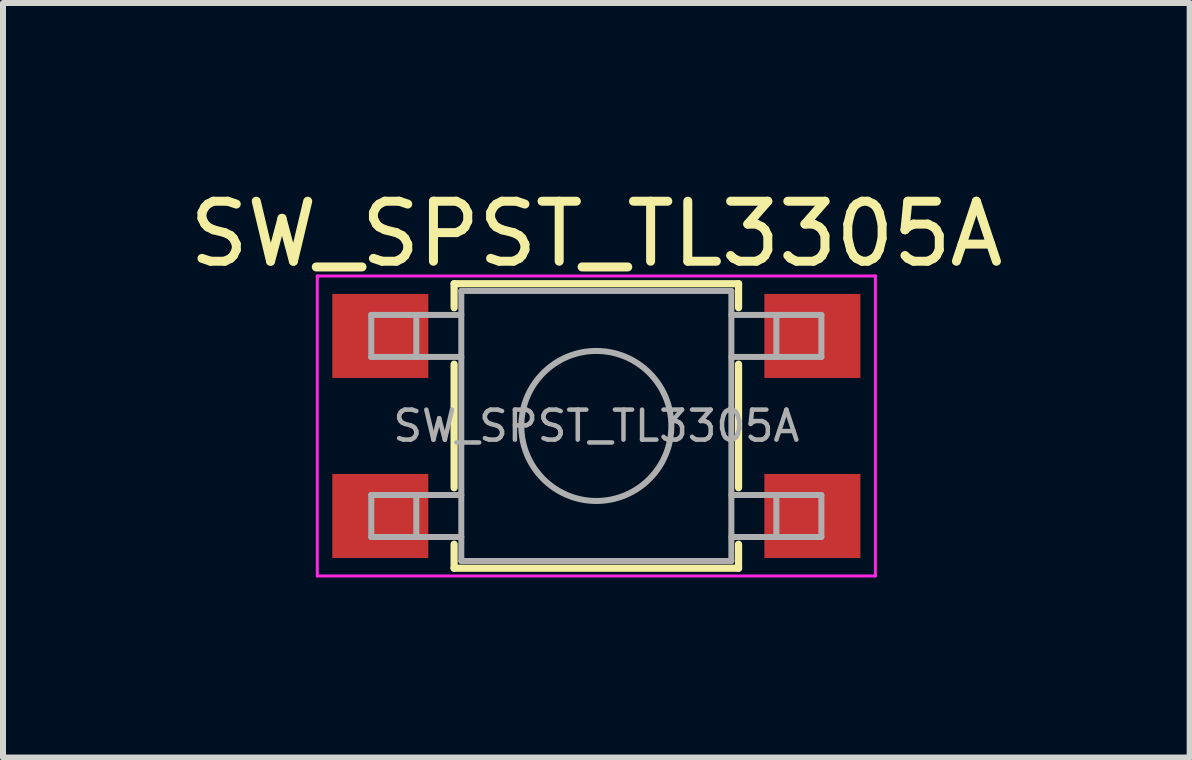
<source format=kicad_pcb>
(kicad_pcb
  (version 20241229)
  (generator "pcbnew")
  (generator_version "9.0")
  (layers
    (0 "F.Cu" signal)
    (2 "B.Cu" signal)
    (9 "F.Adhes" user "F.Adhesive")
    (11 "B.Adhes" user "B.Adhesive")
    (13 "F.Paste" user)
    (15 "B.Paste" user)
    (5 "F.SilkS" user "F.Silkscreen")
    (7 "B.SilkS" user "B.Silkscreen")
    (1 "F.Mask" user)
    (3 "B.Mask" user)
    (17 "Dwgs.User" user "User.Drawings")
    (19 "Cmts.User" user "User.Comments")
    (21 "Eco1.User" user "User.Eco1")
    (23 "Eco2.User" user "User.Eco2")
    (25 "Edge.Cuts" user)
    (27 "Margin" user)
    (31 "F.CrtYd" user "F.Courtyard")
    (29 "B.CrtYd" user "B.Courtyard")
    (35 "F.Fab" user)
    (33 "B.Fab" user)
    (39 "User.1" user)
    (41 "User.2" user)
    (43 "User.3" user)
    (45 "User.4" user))
  (footprint "SW_SPST_TL3305A"
    (layer "F.Cu")
    (at 6.887 4.048)
    (property "Reference" "SW_SPST_TL3305A" (at 0 -3.2 0) (layer "F.SilkS") (effects (font (size 1 1) (thickness 0.15))))
    (attr smd)
    (fp_line (start -2.37 -2.37) (end -2.37 -1.97) (stroke (width 0.12) (type solid)) (layer "F.SilkS"))
    (fp_line (start -2.37 -2.37) (end 2.37 -2.37) (stroke (width 0.12) (type solid)) (layer "F.SilkS"))
    (fp_line (start -2.37 1.03) (end -2.37 -1.03) (stroke (width 0.12) (type solid)) (layer "F.SilkS"))
    (fp_line (start -2.37 2.37) (end -2.37 1.97) (stroke (width 0.12) (type solid)) (layer "F.SilkS"))
    (fp_line (start -2.37 2.37) (end 2.37 2.37) (stroke (width 0.12) (type solid)) (layer "F.SilkS"))
    (fp_line (start 2.37 -2.37) (end 2.37 -1.97) (stroke (width 0.12) (type solid)) (layer "F.SilkS"))
    (fp_line (start 2.37 1.03) (end 2.37 -1.03) (stroke (width 0.12) (type solid)) (layer "F.SilkS"))
    (fp_line (start 2.37 2.37) (end 2.37 1.97) (stroke (width 0.12) (type solid)) (layer "F.SilkS"))
    (fp_line (start -4.65 -2.5) (end 4.65 -2.5) (stroke (width 0.05) (type solid)) (layer "F.CrtYd"))
    (fp_line (start -4.65 2.5) (end -4.65 -2.5) (stroke (width 0.05) (type solid)) (layer "F.CrtYd"))
    (fp_line (start 4.65 -2.5) (end 4.65 2.5) (stroke (width 0.05) (type solid)) (layer "F.CrtYd"))
    (fp_line (start 4.65 2.5) (end -4.65 2.5) (stroke (width 0.05) (type solid)) (layer "F.CrtYd"))
    (fp_line (start -3.75 -1.85) (end -3.75 -1.15) (stroke (width 0.1) (type solid)) (layer "F.Fab"))
    (fp_line (start -3.75 -1.15) (end -2.25 -1.15) (stroke (width 0.1) (type solid)) (layer "F.Fab"))
    (fp_line (start -3.75 1.15) (end -3.75 1.85) (stroke (width 0.1) (type solid)) (layer "F.Fab"))
    (fp_line (start -3.75 1.85) (end -2.25 1.85) (stroke (width 0.1) (type solid)) (layer "F.Fab"))
    (fp_line (start -3 -1.85) (end -3 -1.15) (stroke (width 0.1) (type solid)) (layer "F.Fab"))
    (fp_line (start -3 1.15) (end -3 1.85) (stroke (width 0.1) (type solid)) (layer "F.Fab"))
    (fp_line (start -2.25 -2.25) (end 2.25 -2.25) (stroke (width 0.1) (type solid)) (layer "F.Fab"))
    (fp_line (start -2.25 -1.85) (end -3.75 -1.85) (stroke (width 0.1) (type solid)) (layer "F.Fab"))
    (fp_line (start -2.25 1.15) (end -3.75 1.15) (stroke (width 0.1) (type solid)) (layer "F.Fab"))
    (fp_line (start -2.25 2.25) (end -2.25 -2.25) (stroke (width 0.1) (type solid)) (layer "F.Fab"))
    (fp_line (start 2.25 -2.25) (end 2.25 2.25) (stroke (width 0.1) (type solid)) (layer "F.Fab"))
    (fp_line (start 2.25 -1.15) (end 3.75 -1.15) (stroke (width 0.1) (type solid)) (layer "F.Fab"))
    (fp_line (start 2.25 1.15) (end 3.75 1.15) (stroke (width 0.1) (type solid)) (layer "F.Fab"))
    (fp_line (start 2.25 2.25) (end -2.25 2.25) (stroke (width 0.1) (type solid)) (layer "F.Fab"))
    (fp_line (start 3 -1.85) (end 3 -1.15) (stroke (width 0.1) (type solid)) (layer "F.Fab"))
    (fp_line (start 3 1.15) (end 3 1.85) (stroke (width 0.1) (type solid)) (layer "F.Fab"))
    (fp_line (start 3.75 -1.85) (end 2.25 -1.85) (stroke (width 0.1) (type solid)) (layer "F.Fab"))
    (fp_line (start 3.75 -1.15) (end 3.75 -1.85) (stroke (width 0.1) (type solid)) (layer "F.Fab"))
    (fp_line (start 3.75 1.15) (end 3.75 1.85) (stroke (width 0.1) (type solid)) (layer "F.Fab"))
    (fp_line (start 3.75 1.85) (end 2.25 1.85) (stroke (width 0.1) (type solid)) (layer "F.Fab"))
    (fp_circle (center 0 0) (end 1.25 0) (stroke (width 0.1) (type solid)) (fill no) (layer "F.Fab"))
    (fp_text user "${REFERENCE}" (at 0 0 0) (layer "F.Fab") (effects (font (size 0.5 0.5) (thickness 0.075))))
    (pad "1" smd rect (at -3.6 -1.5) (size 1.6 1.4) (layers "F.Cu" "F.Mask" "F.Paste"))
    (pad "1" smd rect (at 3.6 -1.5) (size 1.6 1.4) (layers "F.Cu" "F.Mask" "F.Paste"))
    (pad "2" smd rect (at -3.6 1.5) (size 1.6 1.4) (layers "F.Cu" "F.Mask" "F.Paste"))
    (pad "2" smd rect (at 3.6 1.5) (size 1.6 1.4) (layers "F.Cu" "F.Mask" "F.Paste")))
  (gr_rect
    (start -3 -3)
    (end 16.774 9.573)
    (stroke (width 0.1) (type default))
    (fill no)
    (layer "Edge.Cuts")))
</source>
